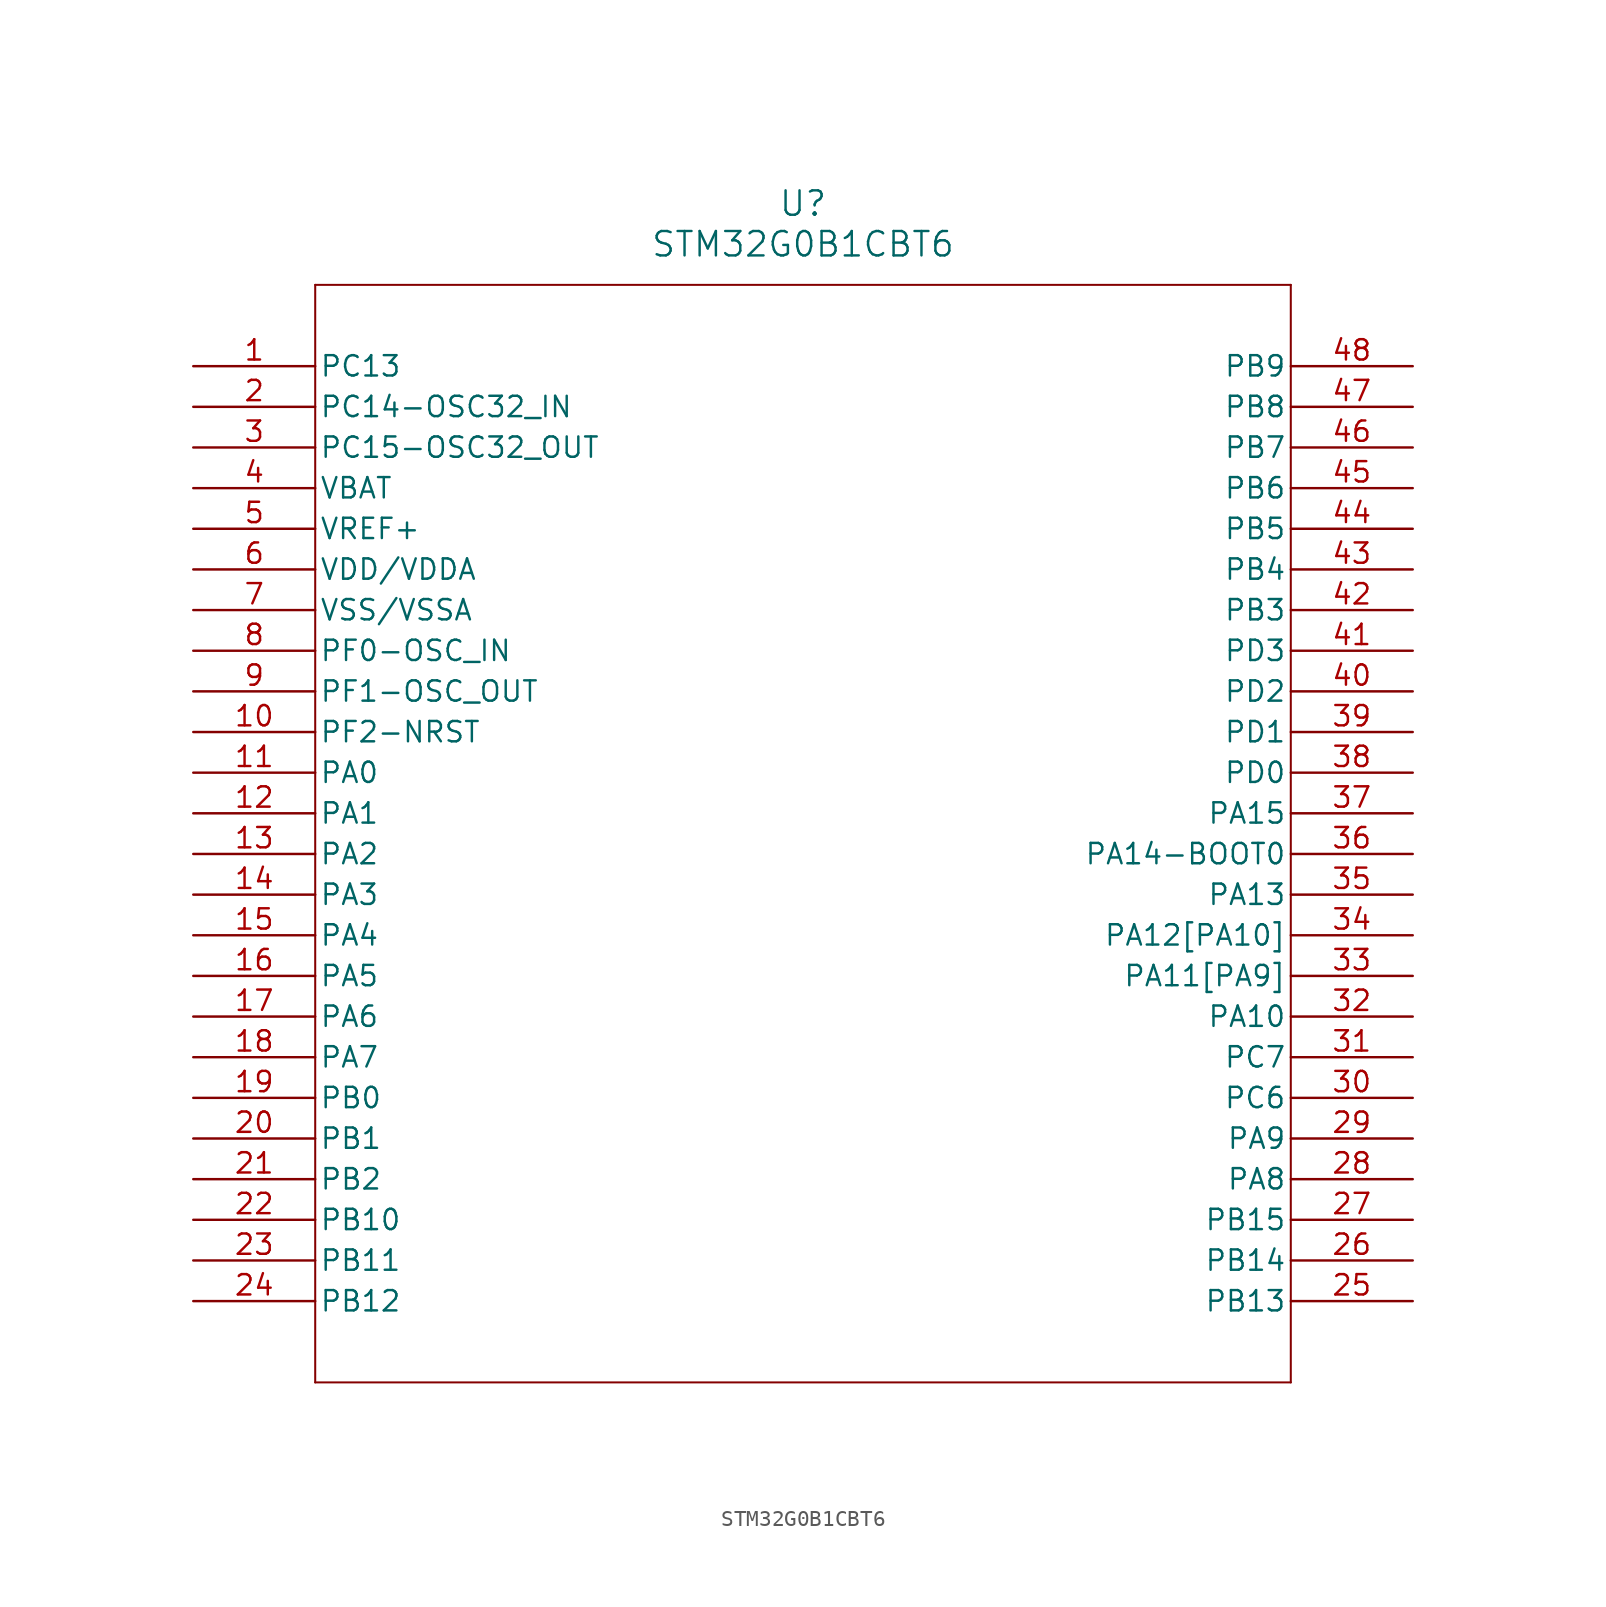
<source format=kicad_sym>
(kicad_symbol_lib
  (version 20211014)
  (generator kicad_symbol_editor)
  (symbol "STM32G0B1CBT6"
    (pin_names
      (offset 0.254))
    (property "Reference" "U"
      (at 38.1 10.16 0)
      (effects (font (size 1.524 1.524))))
    (property "Value" "STM32G0B1CBT6"
      (at 38.1 7.62 0)
      (effects (font (size 1.524 1.524))))
    (symbol "STM32G0B1CBT6_0_1"
      (polyline (pts (xy 7.62 5.08) (xy 7.62 -63.5)) (stroke (width 0.127) (type default) (color 0 0 0 0)) (fill (type none)))
      (polyline (pts (xy 7.62 -63.5) (xy 68.58 -63.5)) (stroke (width 0.127) (type default) (color 0 0 0 0)) (fill (type none)))
      (polyline (pts (xy 68.58 -63.5) (xy 68.58 5.08)) (stroke (width 0.127) (type default) (color 0 0 0 0)) (fill (type none)))
      (polyline (pts (xy 68.58 5.08) (xy 7.62 5.08)) (stroke (width 0.127) (type default) (color 0 0 0 0)) (fill (type none)))
      (pin bidirectional line (at 0 0 0) (length 7.62) (name "PC13" (effects (font (size 1.27 1.27)))) (number "1" (effects (font (size 1.27 1.27)))))
      (pin bidirectional line (at 0 -2.54 0) (length 7.62) (name "PC14-OSC32_IN" (effects (font (size 1.27 1.27)))) (number "2" (effects (font (size 1.27 1.27)))))
      (pin output line (at 0 -5.08 0) (length 7.62) (name "PC15-OSC32_OUT" (effects (font (size 1.27 1.27)))) (number "3" (effects (font (size 1.27 1.27)))))
      (pin unspecified line (at 0 -7.62 0) (length 7.62) (name "VBAT" (effects (font (size 1.27 1.27)))) (number "4" (effects (font (size 1.27 1.27)))))
      (pin power_in line (at 0 -10.16 0) (length 7.62) (name "VREF+" (effects (font (size 1.27 1.27)))) (number "5" (effects (font (size 1.27 1.27)))))
      (pin power_in line (at 0 -12.7 0) (length 7.62) (name "VDD/VDDA" (effects (font (size 1.27 1.27)))) (number "6" (effects (font (size 1.27 1.27)))))
      (pin power_out line (at 0 -15.24 0) (length 7.62) (name "VSS/VSSA" (effects (font (size 1.27 1.27)))) (number "7" (effects (font (size 1.27 1.27)))))
      (pin bidirectional line (at 0 -17.78 0) (length 7.62) (name "PF0-OSC_IN" (effects (font (size 1.27 1.27)))) (number "8" (effects (font (size 1.27 1.27)))))
      (pin bidirectional line (at 0 -20.32 0) (length 7.62) (name "PF1-OSC_OUT" (effects (font (size 1.27 1.27)))) (number "9" (effects (font (size 1.27 1.27)))))
      (pin output line (at 0 -22.86 0) (length 7.62) (name "PF2-NRST" (effects (font (size 1.27 1.27)))) (number "10" (effects (font (size 1.27 1.27)))))
      (pin bidirectional line (at 0 -25.4 0) (length 7.62) (name "PA0" (effects (font (size 1.27 1.27)))) (number "11" (effects (font (size 1.27 1.27)))))
      (pin bidirectional line (at 0 -27.94 0) (length 7.62) (name "PA1" (effects (font (size 1.27 1.27)))) (number "12" (effects (font (size 1.27 1.27)))))
      (pin bidirectional line (at 0 -30.48 0) (length 7.62) (name "PA2" (effects (font (size 1.27 1.27)))) (number "13" (effects (font (size 1.27 1.27)))))
      (pin bidirectional line (at 0 -33.02 0) (length 7.62) (name "PA3" (effects (font (size 1.27 1.27)))) (number "14" (effects (font (size 1.27 1.27)))))
      (pin bidirectional line (at 0 -35.56 0) (length 7.62) (name "PA4" (effects (font (size 1.27 1.27)))) (number "15" (effects (font (size 1.27 1.27)))))
      (pin bidirectional line (at 0 -38.1 0) (length 7.62) (name "PA5" (effects (font (size 1.27 1.27)))) (number "16" (effects (font (size 1.27 1.27)))))
      (pin bidirectional line (at 0 -40.64 0) (length 7.62) (name "PA6" (effects (font (size 1.27 1.27)))) (number "17" (effects (font (size 1.27 1.27)))))
      (pin bidirectional line (at 0 -43.18 0) (length 7.62) (name "PA7" (effects (font (size 1.27 1.27)))) (number "18" (effects (font (size 1.27 1.27)))))
      (pin bidirectional line (at 0 -45.72 0) (length 7.62) (name "PB0" (effects (font (size 1.27 1.27)))) (number "19" (effects (font (size 1.27 1.27)))))
      (pin bidirectional line (at 0 -48.26 0) (length 7.62) (name "PB1" (effects (font (size 1.27 1.27)))) (number "20" (effects (font (size 1.27 1.27)))))
      (pin bidirectional line (at 0 -50.8 0) (length 7.62) (name "PB2" (effects (font (size 1.27 1.27)))) (number "21" (effects (font (size 1.27 1.27)))))
      (pin bidirectional line (at 0 -53.34 0) (length 7.62) (name "PB10" (effects (font (size 1.27 1.27)))) (number "22" (effects (font (size 1.27 1.27)))))
      (pin bidirectional line (at 0 -55.88 0) (length 7.62) (name "PB11" (effects (font (size 1.27 1.27)))) (number "23" (effects (font (size 1.27 1.27)))))
      (pin bidirectional line (at 0 -58.42 0) (length 7.62) (name "PB12" (effects (font (size 1.27 1.27)))) (number "24" (effects (font (size 1.27 1.27)))))
      (pin bidirectional line (at 76.2 -58.42 180) (length 7.62) (name "PB13" (effects (font (size 1.27 1.27)))) (number "25" (effects (font (size 1.27 1.27)))))
      (pin bidirectional line (at 76.2 -55.88 180) (length 7.62) (name "PB14" (effects (font (size 1.27 1.27)))) (number "26" (effects (font (size 1.27 1.27)))))
      (pin bidirectional line (at 76.2 -53.34 180) (length 7.62) (name "PB15" (effects (font (size 1.27 1.27)))) (number "27" (effects (font (size 1.27 1.27)))))
      (pin bidirectional line (at 76.2 -50.8 180) (length 7.62) (name "PA8" (effects (font (size 1.27 1.27)))) (number "28" (effects (font (size 1.27 1.27)))))
      (pin bidirectional line (at 76.2 -48.26 180) (length 7.62) (name "PA9" (effects (font (size 1.27 1.27)))) (number "29" (effects (font (size 1.27 1.27)))))
      (pin bidirectional line (at 76.2 -45.72 180) (length 7.62) (name "PC6" (effects (font (size 1.27 1.27)))) (number "30" (effects (font (size 1.27 1.27)))))
      (pin bidirectional line (at 76.2 -43.18 180) (length 7.62) (name "PC7" (effects (font (size 1.27 1.27)))) (number "31" (effects (font (size 1.27 1.27)))))
      (pin bidirectional line (at 76.2 -40.64 180) (length 7.62) (name "PA10" (effects (font (size 1.27 1.27)))) (number "32" (effects (font (size 1.27 1.27)))))
      (pin bidirectional line (at 76.2 -38.1 180) (length 7.62) (name "PA11[PA9]" (effects (font (size 1.27 1.27)))) (number "33" (effects (font (size 1.27 1.27)))))
      (pin bidirectional line (at 76.2 -35.56 180) (length 7.62) (name "PA12[PA10]" (effects (font (size 1.27 1.27)))) (number "34" (effects (font (size 1.27 1.27)))))
      (pin bidirectional line (at 76.2 -33.02 180) (length 7.62) (name "PA13" (effects (font (size 1.27 1.27)))) (number "35" (effects (font (size 1.27 1.27)))))
      (pin bidirectional line (at 76.2 -30.48 180) (length 7.62) (name "PA14-BOOT0" (effects (font (size 1.27 1.27)))) (number "36" (effects (font (size 1.27 1.27)))))
      (pin bidirectional line (at 76.2 -27.94 180) (length 7.62) (name "PA15" (effects (font (size 1.27 1.27)))) (number "37" (effects (font (size 1.27 1.27)))))
      (pin bidirectional line (at 76.2 -25.4 180) (length 7.62) (name "PD0" (effects (font (size 1.27 1.27)))) (number "38" (effects (font (size 1.27 1.27)))))
      (pin bidirectional line (at 76.2 -22.86 180) (length 7.62) (name "PD1" (effects (font (size 1.27 1.27)))) (number "39" (effects (font (size 1.27 1.27)))))
      (pin bidirectional line (at 76.2 -20.32 180) (length 7.62) (name "PD2" (effects (font (size 1.27 1.27)))) (number "40" (effects (font (size 1.27 1.27)))))
      (pin bidirectional line (at 76.2 -17.78 180) (length 7.62) (name "PD3" (effects (font (size 1.27 1.27)))) (number "41" (effects (font (size 1.27 1.27)))))
      (pin bidirectional line (at 76.2 -15.24 180) (length 7.62) (name "PB3" (effects (font (size 1.27 1.27)))) (number "42" (effects (font (size 1.27 1.27)))))
      (pin bidirectional line (at 76.2 -12.7 180) (length 7.62) (name "PB4" (effects (font (size 1.27 1.27)))) (number "43" (effects (font (size 1.27 1.27)))))
      (pin bidirectional line (at 76.2 -10.16 180) (length 7.62) (name "PB5" (effects (font (size 1.27 1.27)))) (number "44" (effects (font (size 1.27 1.27)))))
      (pin bidirectional line (at 76.2 -7.62 180) (length 7.62) (name "PB6" (effects (font (size 1.27 1.27)))) (number "45" (effects (font (size 1.27 1.27)))))
      (pin bidirectional line (at 76.2 -5.08 180) (length 7.62) (name "PB7" (effects (font (size 1.27 1.27)))) (number "46" (effects (font (size 1.27 1.27)))))
      (pin bidirectional line (at 76.2 -2.54 180) (length 7.62) (name "PB8" (effects (font (size 1.27 1.27)))) (number "47" (effects (font (size 1.27 1.27)))))
      (pin bidirectional line (at 76.2 0 180) (length 7.62) (name "PB9" (effects (font (size 1.27 1.27)))) (number "48" (effects (font (size 1.27 1.27))))))))
</source>
